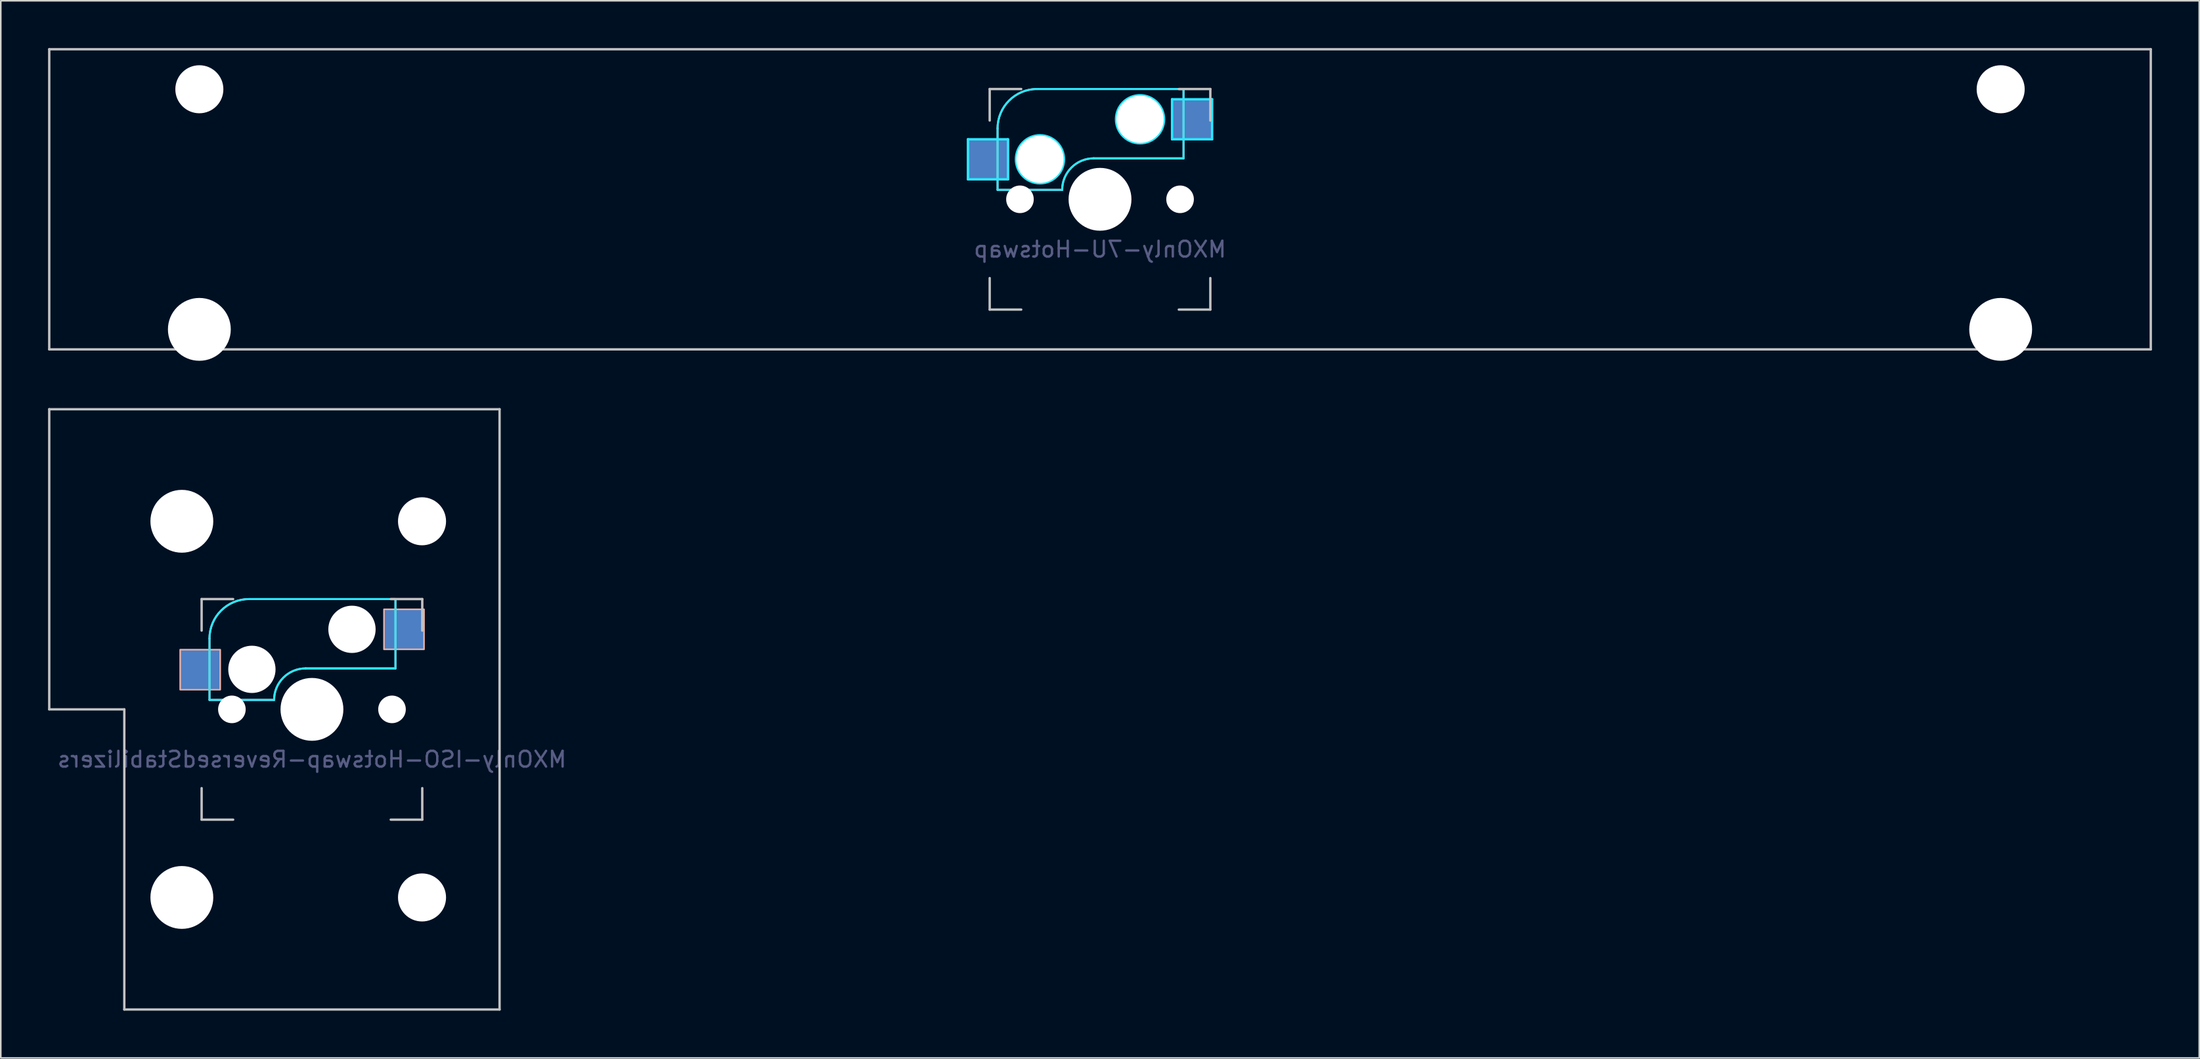
<source format=kicad_pcb>
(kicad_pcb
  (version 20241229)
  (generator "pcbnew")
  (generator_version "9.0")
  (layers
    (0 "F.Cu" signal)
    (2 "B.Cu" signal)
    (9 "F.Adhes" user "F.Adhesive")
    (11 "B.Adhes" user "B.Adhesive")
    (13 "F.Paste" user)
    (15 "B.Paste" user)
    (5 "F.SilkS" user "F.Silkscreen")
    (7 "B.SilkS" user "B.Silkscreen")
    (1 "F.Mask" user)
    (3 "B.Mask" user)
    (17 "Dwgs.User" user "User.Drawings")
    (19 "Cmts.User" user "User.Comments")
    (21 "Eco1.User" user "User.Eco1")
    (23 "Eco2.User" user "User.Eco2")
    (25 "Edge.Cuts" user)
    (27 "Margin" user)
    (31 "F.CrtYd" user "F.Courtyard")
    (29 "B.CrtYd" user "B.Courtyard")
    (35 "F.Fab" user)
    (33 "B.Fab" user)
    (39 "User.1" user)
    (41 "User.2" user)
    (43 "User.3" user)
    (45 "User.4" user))
  (footprint "MXOnly-7U-Hotswap"
    (layer "F.Cu")
    (at 66.75 9.6)
    (property "Reference" "MXOnly-7U-Hotswap" (at 0 3.175 0) (layer "B.Fab") (effects (font (size 1 1) (thickness 0.15)) (justify mirror)))
    (attr smd)
    (fp_line (start -6.5 -4.5) (end -6.5 -0.6) (stroke (width 0.127) (type solid)) (layer "B.SilkS"))
    (fp_line (start -6.5 -0.6) (end -2.4 -0.6) (stroke (width 0.127) (type solid)) (layer "B.SilkS"))
    (fp_line (start -0.4 -2.6) (end 5.3 -2.6) (stroke (width 0.127) (type solid)) (layer "B.SilkS"))
    (fp_line (start 5.3 -7) (end -4 -7) (stroke (width 0.127) (type solid)) (layer "B.SilkS"))
    (fp_line (start 5.3 -7) (end 5.3 -2.6) (stroke (width 0.127) (type solid)) (layer "B.SilkS"))
    (fp_rect (start -8.36 -3.79) (end -5.82 -1.25) (stroke (width 0.1) (type default)) (fill no) (layer "B.SilkS"))
    (fp_rect (start 7.112 -6.35) (end 4.572 -3.81) (stroke (width 0.1) (type default)) (fill no) (layer "B.SilkS"))
    (fp_arc (start -6.500002 -4.499998) (mid -5.76777 -6.267766) (end -4.000002 -6.999998) (stroke (width 0.127) (type solid)) (layer "B.SilkS"))
    (fp_arc (start -2.4 -0.6) (mid -1.814214 -2.014214) (end -0.4 -2.6) (stroke (width 0.127) (type solid)) (layer "B.SilkS"))
    (fp_line (start -66.675 -9.525) (end 66.675 -9.525) (stroke (width 0.15) (type solid)) (layer "Dwgs.User"))
    (fp_line (start -66.675 9.525) (end -66.675 -9.525) (stroke (width 0.15) (type solid)) (layer "Dwgs.User"))
    (fp_line (start -7 -7) (end -7 -5) (stroke (width 0.15) (type solid)) (layer "Dwgs.User"))
    (fp_line (start -7 5) (end -7 7) (stroke (width 0.15) (type solid)) (layer "Dwgs.User"))
    (fp_line (start -7 7) (end -5 7) (stroke (width 0.15) (type solid)) (layer "Dwgs.User"))
    (fp_line (start -5 -7) (end -7 -7) (stroke (width 0.15) (type solid)) (layer "Dwgs.User"))
    (fp_line (start 5 -7) (end 7 -7) (stroke (width 0.15) (type solid)) (layer "Dwgs.User"))
    (fp_line (start 5 7) (end 7 7) (stroke (width 0.15) (type solid)) (layer "Dwgs.User"))
    (fp_line (start 7 -7) (end 7 -5) (stroke (width 0.15) (type solid)) (layer "Dwgs.User"))
    (fp_line (start 7 7) (end 7 5) (stroke (width 0.15) (type solid)) (layer "Dwgs.User"))
    (fp_line (start 66.675 -9.525) (end 66.675 9.525) (stroke (width 0.15) (type solid)) (layer "Dwgs.User"))
    (fp_line (start 66.675 9.525) (end -66.675 9.525) (stroke (width 0.15) (type solid)) (layer "Dwgs.User"))
    (fp_line (start -8.382 -3.81) (end -5.842 -3.81) (stroke (width 0.15) (type solid)) (layer "B.CrtYd"))
    (fp_line (start -8.382 -1.27) (end -8.382 -3.81) (stroke (width 0.15) (type solid)) (layer "B.CrtYd"))
    (fp_line (start -6.5 -4.5) (end -6.5 -0.6) (stroke (width 0.127) (type solid)) (layer "B.CrtYd"))
    (fp_line (start -6.5 -0.6) (end -2.4 -0.6) (stroke (width 0.127) (type solid)) (layer "B.CrtYd"))
    (fp_line (start -5.842 -3.81) (end -5.842 -1.27) (stroke (width 0.15) (type solid)) (layer "B.CrtYd"))
    (fp_line (start -5.842 -1.27) (end -8.382 -1.27) (stroke (width 0.15) (type solid)) (layer "B.CrtYd"))
    (fp_line (start -0.4 -2.6) (end 5.3 -2.6) (stroke (width 0.127) (type solid)) (layer "B.CrtYd"))
    (fp_line (start 4.572 -6.35) (end 7.112 -6.35) (stroke (width 0.15) (type solid)) (layer "B.CrtYd"))
    (fp_line (start 4.572 -3.81) (end 4.572 -6.35) (stroke (width 0.15) (type solid)) (layer "B.CrtYd"))
    (fp_line (start 5.3 -7) (end -4 -7) (stroke (width 0.127) (type solid)) (layer "B.CrtYd"))
    (fp_line (start 5.3 -7) (end 5.3 -2.6) (stroke (width 0.127) (type solid)) (layer "B.CrtYd"))
    (fp_line (start 7.112 -6.35) (end 7.112 -3.81) (stroke (width 0.15) (type solid)) (layer "B.CrtYd"))
    (fp_line (start 7.112 -3.81) (end 4.572 -3.81) (stroke (width 0.15) (type solid)) (layer "B.CrtYd"))
    (fp_arc (start -6.5 -4.5) (mid -5.767767 -6.267767) (end -4 -7) (stroke (width 0.127) (type solid)) (layer "B.CrtYd"))
    (fp_arc (start -2.4 -0.6) (mid -1.814214 -2.014214) (end -0.4 -2.6) (stroke (width 0.127) (type solid)) (layer "B.CrtYd"))
    (fp_circle (center -3.81 -2.54) (end -3.81 -4.064) (stroke (width 0.15) (type solid)) (fill no) (layer "B.CrtYd"))
    (fp_circle (center 2.54 -5.08) (end 2.54 -6.604) (stroke (width 0.15) (type solid)) (fill no) (layer "B.CrtYd"))
    (pad "" np_thru_hole circle (at -57.15 -6.985) (size 3.048 3.048) (drill 3.048) (layers "*.Cu" "*.Mask"))
    (pad "" np_thru_hole circle (at -57.15 8.255) (size 3.988 3.988) (drill 3.988) (layers "*.Cu" "*.Mask"))
    (pad "" np_thru_hole circle (at -5.08 0 48.1) (size 1.75 1.75) (drill 1.75) (layers "*.Cu" "*.Mask"))
    (pad "" np_thru_hole circle (at -3.81 -2.54) (size 3 3) (drill 3) (layers "*.Cu" "*.Mask"))
    (pad "" np_thru_hole circle (at 0 0) (size 3.988 3.988) (drill 3.988) (layers "*.Cu" "*.Mask"))
    (pad "" np_thru_hole circle (at 2.54 -5.08) (size 3 3) (drill 3) (layers "*.Cu" "*.Mask"))
    (pad "" np_thru_hole circle (at 5.08 0 48.1) (size 1.75 1.75) (drill 1.75) (layers "*.Cu" "*.Mask"))
    (pad "" np_thru_hole circle (at 57.15 -6.985) (size 3.048 3.048) (drill 3.048) (layers "*.Cu" "*.Mask"))
    (pad "" np_thru_hole circle (at 57.15 8.255) (size 3.988 3.988) (drill 3.988) (layers "*.Cu" "*.Mask"))
    (pad "1" smd rect (at -7.085 -2.54) (size 2.55 2.5) (layers "B.Cu" "B.Mask" "B.Paste"))
    (pad "2" smd rect (at 5.842 -5.08) (size 2.55 2.5) (layers "B.Cu" "B.Mask" "B.Paste")))
  (footprint "MXOnly-ISO-Hotswap-ReversedStabilizers"
    (layer "F.Cu")
    (at 16.744 41.974)
    (property "Reference" "MXOnly-ISO-Hotswap-ReversedStabilizers" (at 0 3.175 0) (layer "B.Fab") (effects (font (size 1 1) (thickness 0.15)) (justify mirror)))
    (attr smd)
    (fp_line (start -6.5 -4.5) (end -6.5 -0.6) (stroke (width 0.127) (type solid)) (layer "B.SilkS"))
    (fp_line (start -6.5 -0.6) (end -2.4 -0.6) (stroke (width 0.127) (type solid)) (layer "B.SilkS"))
    (fp_line (start -0.4 -2.6) (end 5.3 -2.6) (stroke (width 0.127) (type solid)) (layer "B.SilkS"))
    (fp_line (start 5.3 -7) (end -4 -7) (stroke (width 0.127) (type solid)) (layer "B.SilkS"))
    (fp_line (start 5.3 -7) (end 5.3 -2.6) (stroke (width 0.127) (type solid)) (layer "B.SilkS"))
    (fp_rect (start -8.36 -3.79) (end -5.82 -1.25) (stroke (width 0.1) (type default)) (fill no) (layer "B.SilkS"))
    (fp_rect (start 7.112 -6.35) (end 4.572 -3.81) (stroke (width 0.1) (type default)) (fill no) (layer "B.SilkS"))
    (fp_arc (start -6.500002 -4.499998) (mid -5.76777 -6.267766) (end -4.000002 -6.999998) (stroke (width 0.127) (type solid)) (layer "B.SilkS"))
    (fp_arc (start -2.4 -0.6) (mid -1.814214 -2.014214) (end -0.4 -2.6) (stroke (width 0.127) (type solid)) (layer "B.SilkS"))
    (fp_line (start -16.669 -19.05) (end -16.669 0) (stroke (width 0.15) (type solid)) (layer "Dwgs.User"))
    (fp_line (start -16.669 -19.05) (end 11.906 -19.05) (stroke (width 0.15) (type solid)) (layer "Dwgs.User"))
    (fp_line (start -11.906 0) (end -16.669 0) (stroke (width 0.15) (type solid)) (layer "Dwgs.User"))
    (fp_line (start -11.906 19.05) (end -11.906 0) (stroke (width 0.15) (type solid)) (layer "Dwgs.User"))
    (fp_line (start -11.906 19.05) (end 11.906 19.05) (stroke (width 0.15) (type solid)) (layer "Dwgs.User"))
    (fp_line (start -7 -7) (end -7 -5) (stroke (width 0.15) (type solid)) (layer "Dwgs.User"))
    (fp_line (start -7 5) (end -7 7) (stroke (width 0.15) (type solid)) (layer "Dwgs.User"))
    (fp_line (start -7 7) (end -5 7) (stroke (width 0.15) (type solid)) (layer "Dwgs.User"))
    (fp_line (start -5 -7) (end -7 -7) (stroke (width 0.15) (type solid)) (layer "Dwgs.User"))
    (fp_line (start 5 -7) (end 7 -7) (stroke (width 0.15) (type solid)) (layer "Dwgs.User"))
    (fp_line (start 5 7) (end 7 7) (stroke (width 0.15) (type solid)) (layer "Dwgs.User"))
    (fp_line (start 7 -7) (end 7 -5) (stroke (width 0.15) (type solid)) (layer "Dwgs.User"))
    (fp_line (start 7 7) (end 7 5) (stroke (width 0.15) (type solid)) (layer "Dwgs.User"))
    (fp_line (start 11.906 -19.05) (end 11.906 19.05) (stroke (width 0.15) (type solid)) (layer "Dwgs.User"))
    (fp_line (start -6.5 -4.5) (end -6.5 -0.6) (stroke (width 0.127) (type solid)) (layer "B.CrtYd"))
    (fp_line (start -6.5 -0.6) (end -2.4 -0.6) (stroke (width 0.127) (type solid)) (layer "B.CrtYd"))
    (fp_line (start -0.4 -2.6) (end 5.3 -2.6) (stroke (width 0.127) (type solid)) (layer "B.CrtYd"))
    (fp_line (start 5.3 -7) (end -4 -7) (stroke (width 0.127) (type solid)) (layer "B.CrtYd"))
    (fp_line (start 5.3 -7) (end 5.3 -2.6) (stroke (width 0.127) (type solid)) (layer "B.CrtYd"))
    (fp_arc (start -6.5 -4.5) (mid -5.767767 -6.267767) (end -4 -7) (stroke (width 0.127) (type solid)) (layer "B.CrtYd"))
    (fp_arc (start -2.4 -0.6) (mid -1.814214 -2.014214) (end -0.4 -2.6) (stroke (width 0.127) (type solid)) (layer "B.CrtYd"))
    (pad "" np_thru_hole circle (at -8.255 -11.938) (size 3.988 3.988) (drill 3.988) (layers "*.Cu" "*.Mask"))
    (pad "" np_thru_hole circle (at -8.255 11.938) (size 3.988 3.988) (drill 3.988) (layers "*.Cu" "*.Mask"))
    (pad "" np_thru_hole circle (at -5.08 0 48.1) (size 1.75 1.75) (drill 1.75) (layers "*.Cu" "*.Mask"))
    (pad "" np_thru_hole circle (at -3.81 -2.54) (size 3 3) (drill 3) (layers "*.Cu" "*.Mask"))
    (pad "" np_thru_hole circle (at 0 0) (size 3.988 3.988) (drill 3.988) (layers "*.Cu" "*.Mask"))
    (pad "" np_thru_hole circle (at 2.54 -5.08) (size 3 3) (drill 3) (layers "*.Cu" "*.Mask"))
    (pad "" np_thru_hole circle (at 5.08 0 48.1) (size 1.75 1.75) (drill 1.75) (layers "*.Cu" "*.Mask"))
    (pad "" np_thru_hole circle (at 6.985 -11.938) (size 3.048 3.048) (drill 3.048) (layers "*.Cu" "*.Mask"))
    (pad "" np_thru_hole circle (at 6.985 11.938) (size 3.048 3.048) (drill 3.048) (layers "*.Cu" "*.Mask"))
    (pad "1" smd rect (at -7.085 -2.54) (size 2.55 2.5) (layers "B.Cu" "B.Mask" "B.Paste"))
    (pad "2" smd rect (at 5.842 -5.08) (size 2.55 2.5) (layers "B.Cu" "B.Mask" "B.Paste")))
  (gr_rect
    (start -3 -3)
    (end 136.5 64.099)
    (stroke (width 0.1) (type default))
    (fill no)
    (layer "Edge.Cuts")))
</source>
